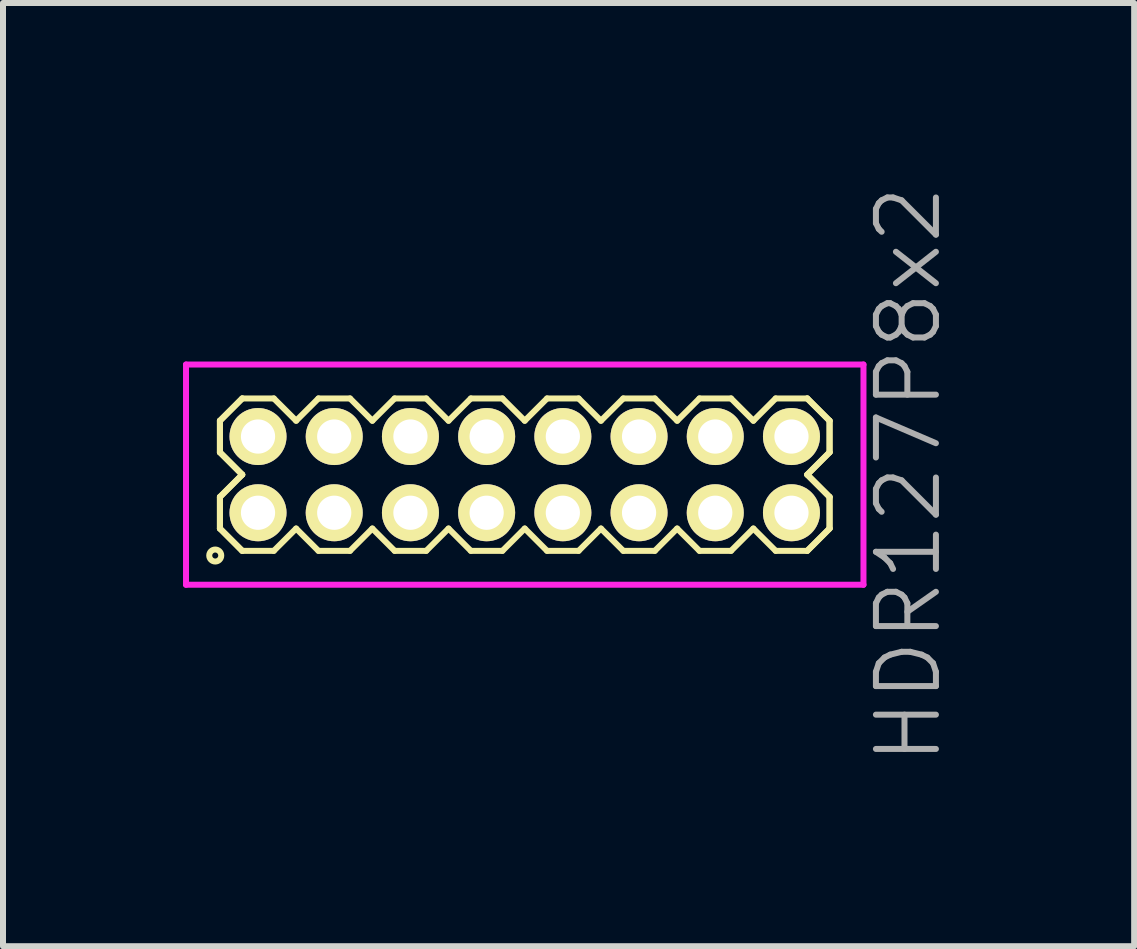
<source format=kicad_pcb>
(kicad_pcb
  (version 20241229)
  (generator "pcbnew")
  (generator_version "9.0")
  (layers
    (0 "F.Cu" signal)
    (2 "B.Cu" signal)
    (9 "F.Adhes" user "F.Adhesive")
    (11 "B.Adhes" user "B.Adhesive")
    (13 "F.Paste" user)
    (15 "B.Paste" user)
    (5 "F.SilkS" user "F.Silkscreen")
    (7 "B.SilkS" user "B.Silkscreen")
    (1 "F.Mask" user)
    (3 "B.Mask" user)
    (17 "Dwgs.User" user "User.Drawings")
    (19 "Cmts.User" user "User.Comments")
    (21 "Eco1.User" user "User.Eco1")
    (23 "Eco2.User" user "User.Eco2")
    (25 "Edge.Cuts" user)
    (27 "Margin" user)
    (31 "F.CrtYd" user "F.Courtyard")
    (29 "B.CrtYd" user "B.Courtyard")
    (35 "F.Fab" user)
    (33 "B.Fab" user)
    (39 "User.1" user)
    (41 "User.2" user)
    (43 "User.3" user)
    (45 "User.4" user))
  (footprint "HDR127P8x2"
    (layer "F.Cu")
    (at 5.695 4.86)
    (property "Reference" "HDR127P8x2" (at 6.395 0 90) (layer "F.Fab") (effects (font (size 1 1) (thickness 0.1))))
    (attr through_hole)
    (fp_line (start -5.08 -0.898) (end -4.708 -1.27) (stroke (width 0.1) (type solid)) (layer "F.SilkS"))
    (fp_line (start -5.08 -0.898) (end -4.708 -1.27) (stroke (width 0.1) (type solid)) (layer "F.SilkS"))
    (fp_line (start -5.08 -0.372) (end -5.08 -0.898) (stroke (width 0.1) (type solid)) (layer "F.SilkS"))
    (fp_line (start -5.08 -0.372) (end -5.08 -0.898) (stroke (width 0.1) (type solid)) (layer "F.SilkS"))
    (fp_line (start -5.08 0.372) (end -4.708 0) (stroke (width 0.1) (type solid)) (layer "F.SilkS"))
    (fp_line (start -5.08 0.372) (end -4.708 0) (stroke (width 0.1) (type solid)) (layer "F.SilkS"))
    (fp_line (start -5.08 0.898) (end -5.08 0.372) (stroke (width 0.1) (type solid)) (layer "F.SilkS"))
    (fp_line (start -5.08 0.898) (end -5.08 0.372) (stroke (width 0.1) (type solid)) (layer "F.SilkS"))
    (fp_line (start -4.708 -1.27) (end -4.182 -1.27) (stroke (width 0.1) (type solid)) (layer "F.SilkS"))
    (fp_line (start -4.708 0) (end -5.08 -0.372) (stroke (width 0.1) (type solid)) (layer "F.SilkS"))
    (fp_line (start -4.708 0) (end -5.08 -0.372) (stroke (width 0.1) (type solid)) (layer "F.SilkS"))
    (fp_line (start -4.708 1.27) (end -5.08 0.898) (stroke (width 0.1) (type solid)) (layer "F.SilkS"))
    (fp_line (start -4.708 1.27) (end -5.08 0.898) (stroke (width 0.1) (type solid)) (layer "F.SilkS"))
    (fp_line (start -4.182 -1.27) (end -3.81 -0.898) (stroke (width 0.1) (type solid)) (layer "F.SilkS"))
    (fp_line (start -4.182 1.27) (end -4.708 1.27) (stroke (width 0.1) (type solid)) (layer "F.SilkS"))
    (fp_line (start -3.81 -0.898) (end -3.438 -1.27) (stroke (width 0.1) (type solid)) (layer "F.SilkS"))
    (fp_line (start -3.81 0.898) (end -4.182 1.27) (stroke (width 0.1) (type solid)) (layer "F.SilkS"))
    (fp_line (start -3.438 -1.27) (end -2.912 -1.27) (stroke (width 0.1) (type solid)) (layer "F.SilkS"))
    (fp_line (start -3.438 1.27) (end -3.81 0.898) (stroke (width 0.1) (type solid)) (layer "F.SilkS"))
    (fp_line (start -2.912 -1.27) (end -2.54 -0.898) (stroke (width 0.1) (type solid)) (layer "F.SilkS"))
    (fp_line (start -2.912 1.27) (end -3.438 1.27) (stroke (width 0.1) (type solid)) (layer "F.SilkS"))
    (fp_line (start -2.54 -0.898) (end -2.168 -1.27) (stroke (width 0.1) (type solid)) (layer "F.SilkS"))
    (fp_line (start -2.54 0.898) (end -2.912 1.27) (stroke (width 0.1) (type solid)) (layer "F.SilkS"))
    (fp_line (start -2.168 -1.27) (end -1.642 -1.27) (stroke (width 0.1) (type solid)) (layer "F.SilkS"))
    (fp_line (start -2.168 1.27) (end -2.54 0.898) (stroke (width 0.1) (type solid)) (layer "F.SilkS"))
    (fp_line (start -1.642 -1.27) (end -1.27 -0.898) (stroke (width 0.1) (type solid)) (layer "F.SilkS"))
    (fp_line (start -1.642 1.27) (end -2.168 1.27) (stroke (width 0.1) (type solid)) (layer "F.SilkS"))
    (fp_line (start -1.27 -0.898) (end -0.898 -1.27) (stroke (width 0.1) (type solid)) (layer "F.SilkS"))
    (fp_line (start -1.27 0.898) (end -1.642 1.27) (stroke (width 0.1) (type solid)) (layer "F.SilkS"))
    (fp_line (start -0.898 -1.27) (end -0.372 -1.27) (stroke (width 0.1) (type solid)) (layer "F.SilkS"))
    (fp_line (start -0.898 1.27) (end -1.27 0.898) (stroke (width 0.1) (type solid)) (layer "F.SilkS"))
    (fp_line (start -0.372 -1.27) (end 0 -0.898) (stroke (width 0.1) (type solid)) (layer "F.SilkS"))
    (fp_line (start -0.372 1.27) (end -0.898 1.27) (stroke (width 0.1) (type solid)) (layer "F.SilkS"))
    (fp_line (start 0 -0.898) (end 0.372 -1.27) (stroke (width 0.1) (type solid)) (layer "F.SilkS"))
    (fp_line (start 0 0.898) (end -0.372 1.27) (stroke (width 0.1) (type solid)) (layer "F.SilkS"))
    (fp_line (start 0.372 -1.27) (end 0.898 -1.27) (stroke (width 0.1) (type solid)) (layer "F.SilkS"))
    (fp_line (start 0.372 1.27) (end 0 0.898) (stroke (width 0.1) (type solid)) (layer "F.SilkS"))
    (fp_line (start 0.898 -1.27) (end 1.27 -0.898) (stroke (width 0.1) (type solid)) (layer "F.SilkS"))
    (fp_line (start 0.898 1.27) (end 0.372 1.27) (stroke (width 0.1) (type solid)) (layer "F.SilkS"))
    (fp_line (start 1.27 -0.898) (end 1.642 -1.27) (stroke (width 0.1) (type solid)) (layer "F.SilkS"))
    (fp_line (start 1.27 0.898) (end 0.898 1.27) (stroke (width 0.1) (type solid)) (layer "F.SilkS"))
    (fp_line (start 1.642 -1.27) (end 2.168 -1.27) (stroke (width 0.1) (type solid)) (layer "F.SilkS"))
    (fp_line (start 1.642 1.27) (end 1.27 0.898) (stroke (width 0.1) (type solid)) (layer "F.SilkS"))
    (fp_line (start 2.168 -1.27) (end 2.54 -0.898) (stroke (width 0.1) (type solid)) (layer "F.SilkS"))
    (fp_line (start 2.168 1.27) (end 1.642 1.27) (stroke (width 0.1) (type solid)) (layer "F.SilkS"))
    (fp_line (start 2.54 -0.898) (end 2.912 -1.27) (stroke (width 0.1) (type solid)) (layer "F.SilkS"))
    (fp_line (start 2.54 0.898) (end 2.168 1.27) (stroke (width 0.1) (type solid)) (layer "F.SilkS"))
    (fp_line (start 2.912 -1.27) (end 3.438 -1.27) (stroke (width 0.1) (type solid)) (layer "F.SilkS"))
    (fp_line (start 2.912 1.27) (end 2.54 0.898) (stroke (width 0.1) (type solid)) (layer "F.SilkS"))
    (fp_line (start 3.438 -1.27) (end 3.81 -0.898) (stroke (width 0.1) (type solid)) (layer "F.SilkS"))
    (fp_line (start 3.438 1.27) (end 2.912 1.27) (stroke (width 0.1) (type solid)) (layer "F.SilkS"))
    (fp_line (start 3.81 -0.898) (end 4.182 -1.27) (stroke (width 0.1) (type solid)) (layer "F.SilkS"))
    (fp_line (start 3.81 0.898) (end 3.438 1.27) (stroke (width 0.1) (type solid)) (layer "F.SilkS"))
    (fp_line (start 4.182 -1.27) (end 4.708 -1.27) (stroke (width 0.1) (type solid)) (layer "F.SilkS"))
    (fp_line (start 4.182 1.27) (end 3.81 0.898) (stroke (width 0.1) (type solid)) (layer "F.SilkS"))
    (fp_line (start 4.708 -1.27) (end 5.08 -0.898) (stroke (width 0.1) (type solid)) (layer "F.SilkS"))
    (fp_line (start 4.708 -1.27) (end 5.08 -0.898) (stroke (width 0.1) (type solid)) (layer "F.SilkS"))
    (fp_line (start 4.708 0) (end 5.08 0.372) (stroke (width 0.1) (type solid)) (layer "F.SilkS"))
    (fp_line (start 4.708 0) (end 5.08 0.372) (stroke (width 0.1) (type solid)) (layer "F.SilkS"))
    (fp_line (start 4.708 1.27) (end 4.182 1.27) (stroke (width 0.1) (type solid)) (layer "F.SilkS"))
    (fp_line (start 5.08 -0.898) (end 5.08 -0.372) (stroke (width 0.1) (type solid)) (layer "F.SilkS"))
    (fp_line (start 5.08 -0.898) (end 5.08 -0.372) (stroke (width 0.1) (type solid)) (layer "F.SilkS"))
    (fp_line (start 5.08 -0.372) (end 4.708 0) (stroke (width 0.1) (type solid)) (layer "F.SilkS"))
    (fp_line (start 5.08 -0.372) (end 4.708 0) (stroke (width 0.1) (type solid)) (layer "F.SilkS"))
    (fp_line (start 5.08 0.372) (end 5.08 0.898) (stroke (width 0.1) (type solid)) (layer "F.SilkS"))
    (fp_line (start 5.08 0.372) (end 5.08 0.898) (stroke (width 0.1) (type solid)) (layer "F.SilkS"))
    (fp_line (start 5.08 0.898) (end 4.708 1.27) (stroke (width 0.1) (type solid)) (layer "F.SilkS"))
    (fp_line (start 5.08 0.898) (end 4.708 1.27) (stroke (width 0.1) (type solid)) (layer "F.SilkS"))
    (fp_circle (center -5.158 1.348) (end -5.058 1.348) (stroke (width 0.1) (type solid)) (fill no) (layer "F.SilkS"))
    (fp_line (start -5.645 -1.835) (end -5.645 1.835) (stroke (width 0.1) (type solid)) (layer "F.CrtYd"))
    (fp_line (start -5.645 1.835) (end 5.645 1.835) (stroke (width 0.1) (type solid)) (layer "F.CrtYd"))
    (fp_line (start 5.645 -1.835) (end -5.645 -1.835) (stroke (width 0.1) (type solid)) (layer "F.CrtYd"))
    (fp_line (start 5.645 1.835) (end 5.645 -1.835) (stroke (width 0.1) (type solid)) (layer "F.CrtYd"))
    (pad "1" thru_hole oval (at -4.445 0.635) (size 0.95 0.95) (drill 0.57) (layers "*.Cu" "*.Mask" "F.SilkS"))
    (pad "2" thru_hole oval (at -4.445 -0.635) (size 0.95 0.95) (drill 0.57) (layers "*.Cu" "*.Mask" "F.SilkS"))
    (pad "3" thru_hole oval (at -3.175 0.635) (size 0.95 0.95) (drill 0.57) (layers "*.Cu" "*.Mask" "F.SilkS"))
    (pad "4" thru_hole oval (at -3.175 -0.635) (size 0.95 0.95) (drill 0.57) (layers "*.Cu" "*.Mask" "F.SilkS"))
    (pad "5" thru_hole oval (at -1.905 0.635) (size 0.95 0.95) (drill 0.57) (layers "*.Cu" "*.Mask" "F.SilkS"))
    (pad "6" thru_hole oval (at -1.905 -0.635) (size 0.95 0.95) (drill 0.57) (layers "*.Cu" "*.Mask" "F.SilkS"))
    (pad "7" thru_hole oval (at -0.635 0.635) (size 0.95 0.95) (drill 0.57) (layers "*.Cu" "*.Mask" "F.SilkS"))
    (pad "8" thru_hole oval (at -0.635 -0.635) (size 0.95 0.95) (drill 0.57) (layers "*.Cu" "*.Mask" "F.SilkS"))
    (pad "9" thru_hole oval (at 0.635 0.635) (size 0.95 0.95) (drill 0.57) (layers "*.Cu" "*.Mask" "F.SilkS"))
    (pad "10" thru_hole oval (at 0.635 -0.635) (size 0.95 0.95) (drill 0.57) (layers "*.Cu" "*.Mask" "F.SilkS"))
    (pad "11" thru_hole oval (at 1.905 0.635) (size 0.95 0.95) (drill 0.57) (layers "*.Cu" "*.Mask" "F.SilkS"))
    (pad "12" thru_hole oval (at 1.905 -0.635) (size 0.95 0.95) (drill 0.57) (layers "*.Cu" "*.Mask" "F.SilkS"))
    (pad "13" thru_hole oval (at 3.175 0.635) (size 0.95 0.95) (drill 0.57) (layers "*.Cu" "*.Mask" "F.SilkS"))
    (pad "14" thru_hole oval (at 3.175 -0.635) (size 0.95 0.95) (drill 0.57) (layers "*.Cu" "*.Mask" "F.SilkS"))
    (pad "15" thru_hole oval (at 4.445 0.635) (size 0.95 0.95) (drill 0.57) (layers "*.Cu" "*.Mask" "F.SilkS"))
    (pad "16" thru_hole oval (at 4.445 -0.635) (size 0.95 0.95) (drill 0.57) (layers "*.Cu" "*.Mask" "F.SilkS")))
  (gr_rect
    (start -3 -3)
    (end 15.851 12.719)
    (stroke (width 0.1) (type default))
    (fill no)
    (layer "Edge.Cuts")))
</source>
